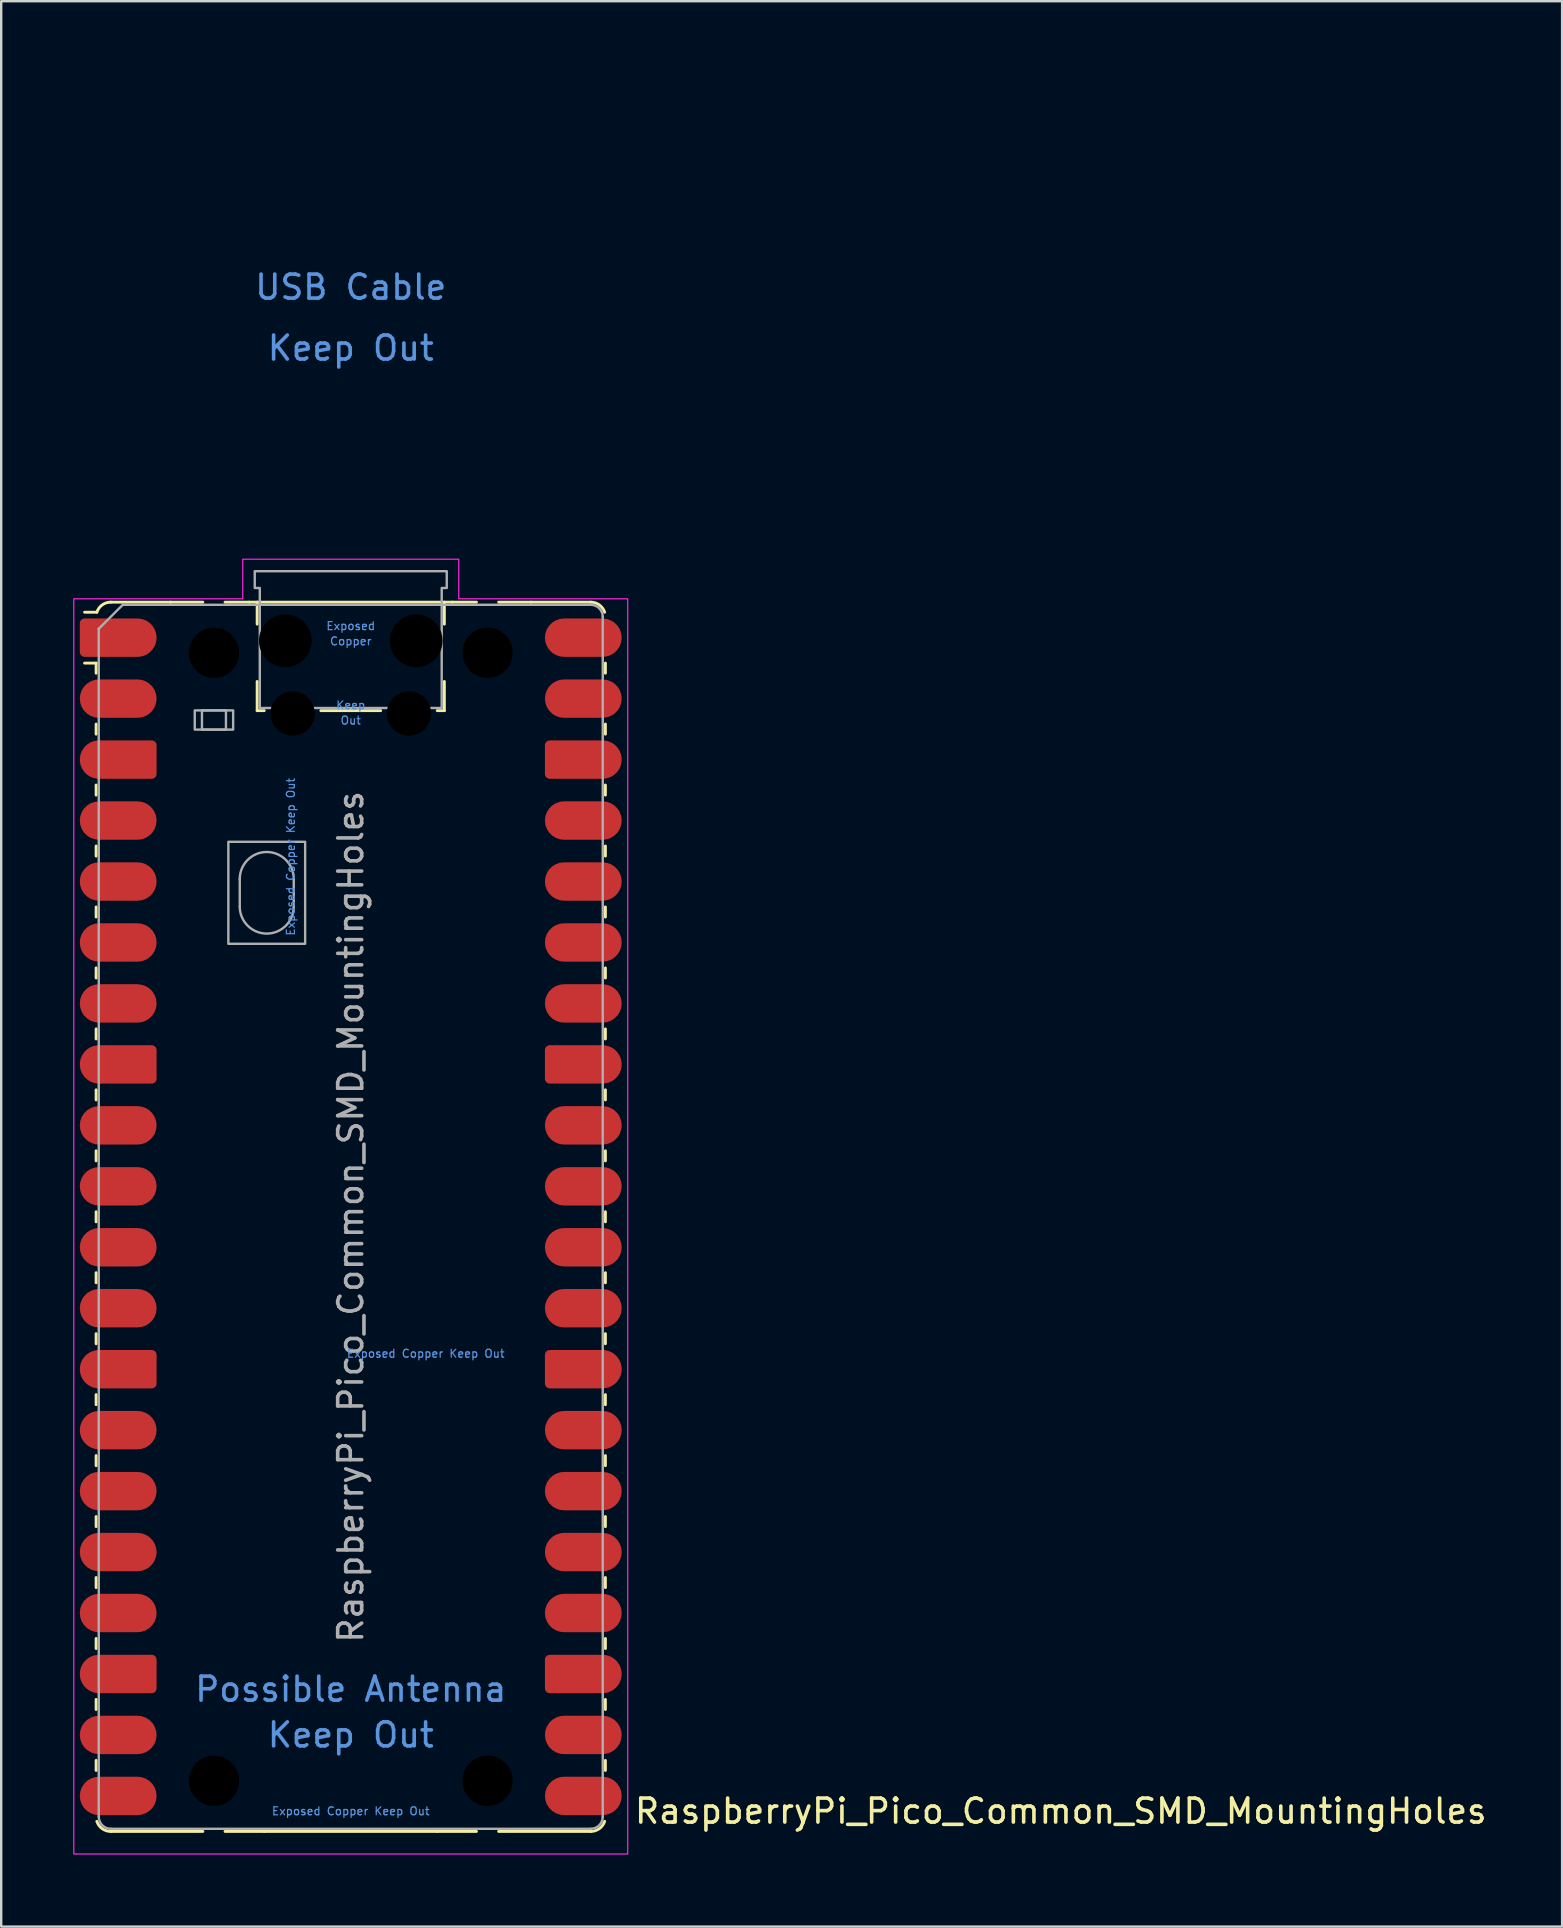
<source format=kicad_pcb>
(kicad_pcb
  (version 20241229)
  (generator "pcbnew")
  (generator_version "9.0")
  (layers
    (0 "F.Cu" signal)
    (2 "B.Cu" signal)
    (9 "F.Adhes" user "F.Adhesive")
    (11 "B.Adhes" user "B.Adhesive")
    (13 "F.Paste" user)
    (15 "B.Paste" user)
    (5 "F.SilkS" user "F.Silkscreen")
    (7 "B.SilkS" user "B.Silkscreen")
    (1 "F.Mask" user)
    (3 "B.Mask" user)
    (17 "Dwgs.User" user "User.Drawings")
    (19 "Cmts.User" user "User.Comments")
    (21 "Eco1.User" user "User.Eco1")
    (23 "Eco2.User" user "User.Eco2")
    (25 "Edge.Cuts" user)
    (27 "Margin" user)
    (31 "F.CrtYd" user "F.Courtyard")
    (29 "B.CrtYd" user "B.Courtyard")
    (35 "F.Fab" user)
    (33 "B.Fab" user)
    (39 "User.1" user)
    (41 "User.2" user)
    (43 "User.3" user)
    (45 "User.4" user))
  (footprint "RaspberryPi_Pico_Common_SMD_MountingHoles"
    (layer "F.Cu")
    (at 11.565 47.65)
    (property "Reference" "RaspberryPi_Pico_Common_SMD_MountingHoles" (at 11.748 24.765 0) (unlocked yes) (layer "F.SilkS") (effects (font (size 1 1) (thickness 0.15)) (justify left)))
    (attr smd)
    (fp_line (start -10.61 -23.07) (end -11.09 -23.07) (stroke (width 0.12) (type solid)) (layer "F.SilkS"))
    (fp_line (start -10.61 -23.07) (end -10.61 -22.65) (stroke (width 0.12) (type solid)) (layer "F.SilkS"))
    (fp_line (start -10.61 -20.53) (end -10.61 -20.11) (stroke (width 0.12) (type solid)) (layer "F.SilkS"))
    (fp_line (start -10.61 -17.99) (end -10.61 -17.57) (stroke (width 0.12) (type solid)) (layer "F.SilkS"))
    (fp_line (start -10.61 -15.45) (end -10.61 -15.03) (stroke (width 0.12) (type solid)) (layer "F.SilkS"))
    (fp_line (start -10.61 -12.91) (end -10.61 -12.49) (stroke (width 0.12) (type solid)) (layer "F.SilkS"))
    (fp_line (start -10.61 -10.37) (end -10.61 -9.95) (stroke (width 0.12) (type solid)) (layer "F.SilkS"))
    (fp_line (start -10.61 -7.83) (end -10.61 -7.41) (stroke (width 0.12) (type solid)) (layer "F.SilkS"))
    (fp_line (start -10.61 -5.29) (end -10.61 -4.87) (stroke (width 0.12) (type solid)) (layer "F.SilkS"))
    (fp_line (start -10.61 -2.75) (end -10.61 -2.33) (stroke (width 0.12) (type solid)) (layer "F.SilkS"))
    (fp_line (start -10.61 -0.21) (end -10.61 0.21) (stroke (width 0.12) (type solid)) (layer "F.SilkS"))
    (fp_line (start -10.61 2.33) (end -10.61 2.75) (stroke (width 0.12) (type solid)) (layer "F.SilkS"))
    (fp_line (start -10.61 4.87) (end -10.61 5.29) (stroke (width 0.12) (type solid)) (layer "F.SilkS"))
    (fp_line (start -10.61 7.41) (end -10.61 7.83) (stroke (width 0.12) (type solid)) (layer "F.SilkS"))
    (fp_line (start -10.61 9.95) (end -10.61 10.37) (stroke (width 0.12) (type solid)) (layer "F.SilkS"))
    (fp_line (start -10.61 12.49) (end -10.61 12.91) (stroke (width 0.12) (type solid)) (layer "F.SilkS"))
    (fp_line (start -10.61 15.03) (end -10.61 15.45) (stroke (width 0.12) (type solid)) (layer "F.SilkS"))
    (fp_line (start -10.61 17.57) (end -10.61 17.99) (stroke (width 0.12) (type solid)) (layer "F.SilkS"))
    (fp_line (start -10.61 20.11) (end -10.61 20.53) (stroke (width 0.12) (type solid)) (layer "F.SilkS"))
    (fp_line (start -10.61 22.65) (end -10.61 23.07) (stroke (width 0.12) (type solid)) (layer "F.SilkS"))
    (fp_line (start -10.58 -25.19) (end -11.09 -25.19) (stroke (width 0.12) (type solid)) (layer "F.SilkS"))
    (fp_line (start -10 -25.61) (end -7.51 -25.61) (stroke (width 0.12) (type solid)) (layer "F.SilkS"))
    (fp_line (start -10 25.61) (end -6.162 25.61) (stroke (width 0.12) (type solid)) (layer "F.SilkS"))
    (fp_line (start -7.51 -25.61) (end -6.162 -25.61) (stroke (width 0.12) (type solid)) (layer "F.SilkS"))
    (fp_line (start -5.238 -25.61) (end -4.235 -25.61) (stroke (width 0.12) (type solid)) (layer "F.SilkS"))
    (fp_line (start -4.235 -25.61) (end 4.235 -25.61) (stroke (width 0.12) (type solid)) (layer "F.SilkS"))
    (fp_line (start -3.9 -25.61) (end -3.9 -24.694) (stroke (width 0.12) (type solid)) (layer "F.SilkS"))
    (fp_line (start -3.9 -22.306) (end -3.9 -21.09) (stroke (width 0.12) (type solid)) (layer "F.SilkS"))
    (fp_line (start -3.9 -21.09) (end -3.604 -21.09) (stroke (width 0.12) (type solid)) (layer "F.SilkS"))
    (fp_line (start -3.6 25.61) (end -5.238 25.61) (stroke (width 0.12) (type solid)) (layer "F.SilkS"))
    (fp_line (start -1.246 -21.09) (end 1.246 -21.09) (stroke (width 0.12) (type solid)) (layer "F.SilkS"))
    (fp_line (start 3.6 25.61) (end -3.6 25.61) (stroke (width 0.12) (type solid)) (layer "F.SilkS"))
    (fp_line (start 3.604 -21.09) (end 3.9 -21.09) (stroke (width 0.12) (type solid)) (layer "F.SilkS"))
    (fp_line (start 3.9 -25.61) (end 3.9 -24.694) (stroke (width 0.12) (type solid)) (layer "F.SilkS"))
    (fp_line (start 3.9 -22.306) (end 3.9 -21.09) (stroke (width 0.12) (type solid)) (layer "F.SilkS"))
    (fp_line (start 4.235 -25.61) (end 5.238 -25.61) (stroke (width 0.12) (type solid)) (layer "F.SilkS"))
    (fp_line (start 5.238 25.61) (end 3.6 25.61) (stroke (width 0.12) (type solid)) (layer "F.SilkS"))
    (fp_line (start 6.162 -25.61) (end 7.51 -25.61) (stroke (width 0.12) (type solid)) (layer "F.SilkS"))
    (fp_line (start 6.162 25.61) (end 10 25.61) (stroke (width 0.12) (type solid)) (layer "F.SilkS"))
    (fp_line (start 10 -25.61) (end 7.51 -25.61) (stroke (width 0.12) (type solid)) (layer "F.SilkS"))
    (fp_line (start 10.61 -23.07) (end 10.61 -22.65) (stroke (width 0.12) (type solid)) (layer "F.SilkS"))
    (fp_line (start 10.61 -20.53) (end 10.61 -20.11) (stroke (width 0.12) (type solid)) (layer "F.SilkS"))
    (fp_line (start 10.61 -17.99) (end 10.61 -17.57) (stroke (width 0.12) (type solid)) (layer "F.SilkS"))
    (fp_line (start 10.61 -15.45) (end 10.61 -15.03) (stroke (width 0.12) (type solid)) (layer "F.SilkS"))
    (fp_line (start 10.61 -12.91) (end 10.61 -12.49) (stroke (width 0.12) (type solid)) (layer "F.SilkS"))
    (fp_line (start 10.61 -10.37) (end 10.61 -9.95) (stroke (width 0.12) (type solid)) (layer "F.SilkS"))
    (fp_line (start 10.61 -7.83) (end 10.61 -7.41) (stroke (width 0.12) (type solid)) (layer "F.SilkS"))
    (fp_line (start 10.61 -5.29) (end 10.61 -4.87) (stroke (width 0.12) (type solid)) (layer "F.SilkS"))
    (fp_line (start 10.61 -2.75) (end 10.61 -2.33) (stroke (width 0.12) (type solid)) (layer "F.SilkS"))
    (fp_line (start 10.61 -0.21) (end 10.61 0.21) (stroke (width 0.12) (type solid)) (layer "F.SilkS"))
    (fp_line (start 10.61 2.33) (end 10.61 2.75) (stroke (width 0.12) (type solid)) (layer "F.SilkS"))
    (fp_line (start 10.61 4.87) (end 10.61 5.29) (stroke (width 0.12) (type solid)) (layer "F.SilkS"))
    (fp_line (start 10.61 7.41) (end 10.61 7.83) (stroke (width 0.12) (type solid)) (layer "F.SilkS"))
    (fp_line (start 10.61 9.95) (end 10.61 10.37) (stroke (width 0.12) (type solid)) (layer "F.SilkS"))
    (fp_line (start 10.61 12.49) (end 10.61 12.91) (stroke (width 0.12) (type solid)) (layer "F.SilkS"))
    (fp_line (start 10.61 15.03) (end 10.61 15.45) (stroke (width 0.12) (type solid)) (layer "F.SilkS"))
    (fp_line (start 10.61 17.57) (end 10.61 17.99) (stroke (width 0.12) (type solid)) (layer "F.SilkS"))
    (fp_line (start 10.61 20.11) (end 10.61 20.53) (stroke (width 0.12) (type solid)) (layer "F.SilkS"))
    (fp_line (start 10.61 22.65) (end 10.61 23.07) (stroke (width 0.12) (type solid)) (layer "F.SilkS"))
    (fp_arc (start -10.579676 -25.19) (mid -10.357938 -25.493944) (end -10 -25.61) (stroke (width 0.12) (type solid)) (layer "F.SilkS"))
    (fp_arc (start -10 25.61) (mid -10.357937 25.493944) (end -10.579676 25.189937) (stroke (width 0.12) (type solid)) (layer "F.SilkS"))
    (fp_arc (start 10 -25.61) (mid 10.357937 -25.493944) (end 10.579676 -25.189937) (stroke (width 0.12) (type solid)) (layer "F.SilkS"))
    (fp_arc (start 10.579676 25.189937) (mid 10.357946 25.493957) (end 10 25.61) (stroke (width 0.12) (type solid)) (layer "F.SilkS"))
    (fp_poly (pts (xy -4.5 -27.4) (xy 4.5 -27.4) (xy 4.5 -25.75) (xy 11.54 -25.75) (xy 11.54 26.55) (xy -11.54 26.55) (xy -11.54 -25.75) (xy -4.5 -25.75)) (stroke (width 0.05) (type solid)) (fill no) (layer "F.CrtYd"))
    (fp_line (start -10.5 -24.5) (end -9.5 -25.5) (stroke (width 0.1) (type solid)) (layer "F.Fab"))
    (fp_line (start -10.5 25) (end -10.5 -24.5) (stroke (width 0.1) (type solid)) (layer "F.Fab"))
    (fp_line (start -9.5 -25.5) (end 10 -25.5) (stroke (width 0.1) (type solid)) (layer "F.Fab"))
    (fp_line (start -4.625 -14.075) (end -4.625 -12.925) (stroke (width 0.1) (type solid)) (layer "F.Fab"))
    (fp_line (start -2.375 -14.075) (end -2.375 -12.925) (stroke (width 0.1) (type solid)) (layer "F.Fab"))
    (fp_line (start 10 25.5) (end -10 25.5) (stroke (width 0.1) (type solid)) (layer "F.Fab"))
    (fp_line (start 10.5 -25) (end 10.5 25) (stroke (width 0.1) (type solid)) (layer "F.Fab"))
    (fp_rect (start -6.5 -21.1) (end -4.9 -20.3) (stroke (width 0.1) (type solid)) (fill no) (layer "F.Fab"))
    (fp_rect (start -6.2 -21.1) (end -5.2 -20.3) (stroke (width 0.1) (type solid)) (fill no) (layer "F.Fab"))
    (fp_rect (start -5.1 -15.625) (end -1.9 -11.375) (stroke (width 0.1) (type solid)) (fill no) (layer "F.Fab"))
    (fp_arc (start -10 25.5) (mid -10.353553 25.353553) (end -10.5 25) (stroke (width 0.1) (type solid)) (layer "F.Fab"))
    (fp_arc (start -4.625 -14.075) (mid -3.5 -15.2) (end -2.375 -14.075) (stroke (width 0.1) (type solid)) (layer "F.Fab"))
    (fp_arc (start -2.375 -12.925) (mid -3.5 -11.8) (end -4.625 -12.925) (stroke (width 0.1) (type solid)) (layer "F.Fab"))
    (fp_arc (start 10 -25.5) (mid 10.353553 -25.353553) (end 10.5 -25) (stroke (width 0.1) (type solid)) (layer "F.Fab"))
    (fp_arc (start 10.5 25) (mid 10.353553 25.353553) (end 10 25.5) (stroke (width 0.1) (type solid)) (layer "F.Fab"))
    (fp_poly (pts (xy 3.79 -21.2) (xy 3.79 -26.2) (xy 4 -26.2) (xy 4 -26.9) (xy -4 -26.9) (xy -4 -26.2) (xy -3.79 -26.2) (xy -3.79 -21.2)) (stroke (width 0.1) (type solid)) (fill no) (layer "F.Fab"))
    (fp_text user "Exposed Copper Keep Out" (at 0 24.765 0) (unlocked yes) (layer "Cmts.User") (effects (font (size 0.333 0.333) (thickness 0.05))))
    (fp_text user "Possible Antenna" (at 0 19.685 0) (unlocked yes) (layer "Cmts.User") (effects (font (size 1 1) (thickness 0.15))))
    (fp_text user "Keep Out" (at 0 21.59 0) (unlocked yes) (layer "Cmts.User") (effects (font (size 1 1) (thickness 0.15))))
    (fp_text user "USB Cable" (at 0 -38.735 0) (unlocked yes) (layer "Cmts.User") (effects (font (size 1 1) (thickness 0.15))))
    (fp_text user "Keep" (at 0 -21.317 0) (unlocked yes) (layer "Cmts.User") (effects (font (size 0.333 0.333) (thickness 0.05))))
    (fp_text user "Exposed Copper Keep Out" (at -2.5 -15 90) (unlocked yes) (layer "Cmts.User") (effects (font (size 0.333 0.333) (thickness 0.05))))
    (fp_text user "Keep Out" (at 0 -36.195 0) (unlocked yes) (layer "Cmts.User") (effects (font (size 1 1) (thickness 0.15))))
    (fp_text user "Copper" (at 0 -23.983 0) (unlocked yes) (layer "Cmts.User") (effects (font (size 0.333 0.333) (thickness 0.05))))
    (fp_text user "Exposed" (at 0 -24.617 0) (unlocked yes) (layer "Cmts.User") (effects (font (size 0.333 0.333) (thickness 0.05))))
    (fp_text user "Out" (at 0 -20.683 0) (unlocked yes) (layer "Cmts.User") (effects (font (size 0.333 0.333) (thickness 0.05))))
    (fp_text user "Exposed Copper Keep Out" (at 3.124 5.7 0) (unlocked yes) (layer "Cmts.User") (effects (font (size 0.333 0.333) (thickness 0.05))))
    (fp_text user "${REFERENCE}" (at 0 0 90) (layer "F.Fab") (effects (font (size 1 1) (thickness 0.15))))
    (pad "" np_thru_hole circle (at -5.7 -23.5) (size 3.8 3.8) (drill 2.1) (layers "*.Mask"))
    (pad "" np_thru_hole circle (at -5.7 23.5) (size 3.8 3.8) (drill 2.1) (layers "*.Mask"))
    (pad "" np_thru_hole circle (at -2.725 -24) (size 2.2 2.2) (drill 2.2) (layers "*.Mask"))
    (pad "" np_thru_hole circle (at -2.425 -20.97) (size 1.85 1.85) (drill 1.85) (layers "*.Mask"))
    (pad "" np_thru_hole circle (at 2.425 -20.97) (size 1.85 1.85) (drill 1.85) (layers "*.Mask"))
    (pad "" np_thru_hole circle (at 2.725 -24) (size 2.2 2.2) (drill 2.2) (layers "*.Mask"))
    (pad "" np_thru_hole circle (at 5.7 -23.5) (size 3.8 3.8) (drill 2.1) (layers "*.Mask"))
    (pad "" np_thru_hole circle (at 5.7 23.5) (size 3.8 3.8) (drill 2.1) (layers "*.Mask"))
    (pad "1" smd custom (at -8.89 -24.13) (size 1.6 1.6) (layers "F.Cu" "F.Mask" "F.Paste") (options (anchor circle)) (primitives (gr_poly (pts (xy -2.4 0.6) (xy -2.4 -0.6) (xy -2.2 -0.8) (xy 0 -0.8) (xy 0 0.8) (xy -2.2 0.8)) (width 0) (fill yes)) (gr_circle (center -2.2 0.6) (end -2 0.6) (width 0) (fill yes)) (gr_circle (center -2.2 -0.6) (end -2 -0.6) (width 0) (fill yes))))
    (pad "2" smd roundrect (at -8.89 -21.59) (size 3.2 1.6) (drill (offset -0.8 0)) (layers "F.Cu" "F.Mask" "F.Paste") (roundrect_rratio 0.5))
    (pad "3" smd custom (at -8.89 -19.05) (size 1.6 1.6) (layers "F.Cu" "F.Mask" "F.Paste") (options (anchor circle)) (primitives (gr_poly (pts (xy 0.8 -0.6) (xy 0.8 0.6) (xy 0.6 0.8) (xy -1.6 0.8) (xy -1.6 -0.8) (xy 0.6 -0.8)) (width 0) (fill yes)) (gr_circle (center 0.6 0.6) (end 0.8 0.6) (width 0) (fill yes)) (gr_circle (center 0.6 -0.6) (end 0.8 -0.6) (width 0) (fill yes)) (gr_circle (center -1.6 0) (end -0.8 0) (width 0) (fill yes))))
    (pad "4" smd roundrect (at -8.89 -16.51) (size 3.2 1.6) (drill (offset -0.8 0)) (layers "F.Cu" "F.Mask" "F.Paste") (roundrect_rratio 0.5))
    (pad "5" smd roundrect (at -8.89 -13.97) (size 3.2 1.6) (drill (offset -0.8 0)) (layers "F.Cu" "F.Mask" "F.Paste") (roundrect_rratio 0.5))
    (pad "6" smd roundrect (at -8.89 -11.43) (size 3.2 1.6) (drill (offset -0.8 0)) (layers "F.Cu" "F.Mask" "F.Paste") (roundrect_rratio 0.5))
    (pad "7" smd roundrect (at -8.89 -8.89) (size 3.2 1.6) (drill (offset -0.8 0)) (layers "F.Cu" "F.Mask" "F.Paste") (roundrect_rratio 0.5))
    (pad "8" smd custom (at -8.89 -6.35) (size 1.6 1.6) (layers "F.Cu" "F.Mask" "F.Paste") (options (anchor circle)) (primitives (gr_poly (pts (xy 0.8 -0.6) (xy 0.8 0.6) (xy 0.6 0.8) (xy -1.6 0.8) (xy -1.6 -0.8) (xy 0.6 -0.8)) (width 0) (fill yes)) (gr_circle (center 0.6 0.6) (end 0.8 0.6) (width 0) (fill yes)) (gr_circle (center 0.6 -0.6) (end 0.8 -0.6) (width 0) (fill yes)) (gr_circle (center -1.6 0) (end -0.8 0) (width 0) (fill yes))))
    (pad "9" smd roundrect (at -8.89 -3.81) (size 3.2 1.6) (drill (offset -0.8 0)) (layers "F.Cu" "F.Mask" "F.Paste") (roundrect_rratio 0.5))
    (pad "10" smd roundrect (at -8.89 -1.27) (size 3.2 1.6) (drill (offset -0.8 0)) (layers "F.Cu" "F.Mask" "F.Paste") (roundrect_rratio 0.5))
    (pad "11" smd roundrect (at -8.89 1.27) (size 3.2 1.6) (drill (offset -0.8 0)) (layers "F.Cu" "F.Mask" "F.Paste") (roundrect_rratio 0.5))
    (pad "12" smd roundrect (at -8.89 3.81) (size 3.2 1.6) (drill (offset -0.8 0)) (layers "F.Cu" "F.Mask" "F.Paste") (roundrect_rratio 0.5))
    (pad "13" smd custom (at -8.89 6.35) (size 1.6 1.6) (layers "F.Cu" "F.Mask" "F.Paste") (options (anchor circle)) (primitives (gr_poly (pts (xy 0.8 -0.6) (xy 0.8 0.6) (xy 0.6 0.8) (xy -1.6 0.8) (xy -1.6 -0.8) (xy 0.6 -0.8)) (width 0) (fill yes)) (gr_circle (center 0.6 0.6) (end 0.8 0.6) (width 0) (fill yes)) (gr_circle (center 0.6 -0.6) (end 0.8 -0.6) (width 0) (fill yes)) (gr_circle (center -1.6 0) (end -0.8 0) (width 0) (fill yes))))
    (pad "14" smd roundrect (at -8.89 8.89) (size 3.2 1.6) (drill (offset -0.8 0)) (layers "F.Cu" "F.Mask" "F.Paste") (roundrect_rratio 0.5))
    (pad "15" smd roundrect (at -8.89 11.43) (size 3.2 1.6) (drill (offset -0.8 0)) (layers "F.Cu" "F.Mask" "F.Paste") (roundrect_rratio 0.5))
    (pad "16" smd roundrect (at -8.89 13.97) (size 3.2 1.6) (drill (offset -0.8 0)) (layers "F.Cu" "F.Mask" "F.Paste") (roundrect_rratio 0.5))
    (pad "17" smd roundrect (at -8.89 16.51) (size 3.2 1.6) (drill (offset -0.8 0)) (layers "F.Cu" "F.Mask" "F.Paste") (roundrect_rratio 0.5))
    (pad "18" smd custom (at -8.89 19.05) (size 1.6 1.6) (layers "F.Cu" "F.Mask" "F.Paste") (options (anchor circle)) (primitives (gr_poly (pts (xy 0.8 -0.6) (xy 0.8 0.6) (xy 0.6 0.8) (xy -1.6 0.8) (xy -1.6 -0.8) (xy 0.6 -0.8)) (width 0) (fill yes)) (gr_circle (center 0.6 0.6) (end 0.8 0.6) (width 0) (fill yes)) (gr_circle (center 0.6 -0.6) (end 0.8 -0.6) (width 0) (fill yes)) (gr_circle (center -1.6 0) (end -0.8 0) (width 0) (fill yes))))
    (pad "19" smd roundrect (at -8.89 21.59) (size 3.2 1.6) (drill (offset -0.8 0)) (layers "F.Cu" "F.Mask" "F.Paste") (roundrect_rratio 0.5))
    (pad "20" smd roundrect (at -8.89 24.13) (size 3.2 1.6) (drill (offset -0.8 0)) (layers "F.Cu" "F.Mask" "F.Paste") (roundrect_rratio 0.5))
    (pad "21" smd roundrect (at 8.89 24.13) (size 3.2 1.6) (drill (offset 0.8 0)) (layers "F.Cu" "F.Mask" "F.Paste") (roundrect_rratio 0.5))
    (pad "22" smd roundrect (at 8.89 21.59) (size 3.2 1.6) (drill (offset 0.8 0)) (layers "F.Cu" "F.Mask" "F.Paste") (roundrect_rratio 0.5))
    (pad "23" smd custom (at 8.89 19.05) (size 1.6 1.6) (layers "F.Cu" "F.Mask" "F.Paste") (options (anchor circle)) (primitives (gr_poly (pts (xy -0.8 -0.6) (xy -0.8 0.6) (xy -0.6 0.8) (xy 1.6 0.8) (xy 1.6 -0.8) (xy -0.6 -0.8)) (width 0) (fill yes)) (gr_circle (center -0.6 0.6) (end -0.4 0.6) (width 0) (fill yes)) (gr_circle (center -0.6 -0.6) (end -0.4 -0.6) (width 0) (fill yes)) (gr_circle (center 1.6 0) (end 2.4 0) (width 0) (fill yes))))
    (pad "24" smd roundrect (at 8.89 16.51) (size 3.2 1.6) (drill (offset 0.8 0)) (layers "F.Cu" "F.Mask" "F.Paste") (roundrect_rratio 0.5))
    (pad "25" smd roundrect (at 8.89 13.97) (size 3.2 1.6) (drill (offset 0.8 0)) (layers "F.Cu" "F.Mask" "F.Paste") (roundrect_rratio 0.5))
    (pad "26" smd roundrect (at 8.89 11.43) (size 3.2 1.6) (drill (offset 0.8 0)) (layers "F.Cu" "F.Mask" "F.Paste") (roundrect_rratio 0.5))
    (pad "27" smd roundrect (at 8.89 8.89) (size 3.2 1.6) (drill (offset 0.8 0)) (layers "F.Cu" "F.Mask" "F.Paste") (roundrect_rratio 0.5))
    (pad "28" smd custom (at 8.89 6.35) (size 1.6 1.6) (layers "F.Cu" "F.Mask" "F.Paste") (options (anchor circle)) (primitives (gr_poly (pts (xy -0.8 -0.6) (xy -0.8 0.6) (xy -0.6 0.8) (xy 1.6 0.8) (xy 1.6 -0.8) (xy -0.6 -0.8)) (width 0) (fill yes)) (gr_circle (center -0.6 0.6) (end -0.4 0.6) (width 0) (fill yes)) (gr_circle (center -0.6 -0.6) (end -0.4 -0.6) (width 0) (fill yes)) (gr_circle (center 1.6 0) (end 2.4 0) (width 0) (fill yes))))
    (pad "29" smd roundrect (at 8.89 3.81) (size 3.2 1.6) (drill (offset 0.8 0)) (layers "F.Cu" "F.Mask" "F.Paste") (roundrect_rratio 0.5))
    (pad "30" smd roundrect (at 8.89 1.27) (size 3.2 1.6) (drill (offset 0.8 0)) (layers "F.Cu" "F.Mask" "F.Paste") (roundrect_rratio 0.5))
    (pad "31" smd roundrect (at 8.89 -1.27) (size 3.2 1.6) (drill (offset 0.8 0)) (layers "F.Cu" "F.Mask" "F.Paste") (roundrect_rratio 0.5))
    (pad "32" smd roundrect (at 8.89 -3.81) (size 3.2 1.6) (drill (offset 0.8 0)) (layers "F.Cu" "F.Mask" "F.Paste") (roundrect_rratio 0.5))
    (pad "33" smd custom (at 8.89 -6.35) (size 1.6 1.6) (layers "F.Cu" "F.Mask" "F.Paste") (options (anchor circle)) (primitives (gr_poly (pts (xy -0.8 -0.6) (xy -0.8 0.6) (xy -0.6 0.8) (xy 1.6 0.8) (xy 1.6 -0.8) (xy -0.6 -0.8)) (width 0) (fill yes)) (gr_circle (center -0.6 0.6) (end -0.4 0.6) (width 0) (fill yes)) (gr_circle (center -0.6 -0.6) (end -0.4 -0.6) (width 0) (fill yes)) (gr_circle (center 1.6 0) (end 2.4 0) (width 0) (fill yes))))
    (pad "34" smd roundrect (at 8.89 -8.89) (size 3.2 1.6) (drill (offset 0.8 0)) (layers "F.Cu" "F.Mask" "F.Paste") (roundrect_rratio 0.5))
    (pad "35" smd roundrect (at 8.89 -11.43) (size 3.2 1.6) (drill (offset 0.8 0)) (layers "F.Cu" "F.Mask" "F.Paste") (roundrect_rratio 0.5))
    (pad "36" smd roundrect (at 8.89 -13.97) (size 3.2 1.6) (drill (offset 0.8 0)) (layers "F.Cu" "F.Mask" "F.Paste") (roundrect_rratio 0.5))
    (pad "37" smd roundrect (at 8.89 -16.51) (size 3.2 1.6) (drill (offset 0.8 0)) (layers "F.Cu" "F.Mask" "F.Paste") (roundrect_rratio 0.5))
    (pad "38" smd custom (at 8.89 -19.05) (size 1.6 1.6) (layers "F.Cu" "F.Mask" "F.Paste") (options (anchor circle)) (primitives (gr_poly (pts (xy -0.8 -0.6) (xy -0.8 0.6) (xy -0.6 0.8) (xy 1.6 0.8) (xy 1.6 -0.8) (xy -0.6 -0.8)) (width 0) (fill yes)) (gr_circle (center -0.6 0.6) (end -0.4 0.6) (width 0) (fill yes)) (gr_circle (center -0.6 -0.6) (end -0.4 -0.6) (width 0) (fill yes)) (gr_circle (center 1.6 0) (end 2.4 0) (width 0) (fill yes))))
    (pad "39" smd roundrect (at 8.89 -21.59) (size 3.2 1.6) (drill (offset 0.8 0)) (layers "F.Cu" "F.Mask" "F.Paste") (roundrect_rratio 0.5))
    (pad "40" smd roundrect (at 8.89 -24.13) (size 3.2 1.6) (drill (offset 0.8 0)) (layers "F.Cu" "F.Mask" "F.Paste") (roundrect_rratio 0.5))
    (zone (net_name "") (layers "F.Cu" "B.Cu" "F.Paste" "B.Paste") (name "Antenna Copper Keep Out") (hatch full 0.5) (connect_pads) (min_thickness 0.254) (filled_areas_thickness no) (keepout (tracks not_allowed) (vias not_allowed) (pads not_allowed) (copperpour not_allowed) (footprints allowed)) (placement (enabled no)) (fill) (polygon (pts (xy 9.165 72.64) (xy 4.465 68.99) (xy 4.465 64.65) (xy 18.665 64.65) (xy 18.665 68.99) (xy 13.965 72.64) (xy 13.965 73.65) (xy 9.165 73.65))))
    (zone (net_name "") (layers "F.Cu" "F.Paste") (name "Pad Keep Out D1-W") (hatch full 0.5) (connect_pads) (min_thickness 0.25) (filled_areas_thickness no) (keepout (tracks not_allowed) (vias not_allowed) (pads not_allowed) (copperpour not_allowed) (footprints allowed)) (placement (enabled no)) (fill) (polygon (pts (xy 11.194 52.45) (xy 11.249 52.395) (xy 11.322 52.365) (xy 11.362 52.363) (xy 12.149 52.363) (xy 12.149 54.337) (xy 11.362 54.337) (xy 11.322 54.335) (xy 11.249 54.305) (xy 11.194 54.25) (xy 11.164 54.177) (xy 11.162 54.137) (xy 11.162 52.563) (xy 11.164 52.523))))
    (zone (net_name "") (layers "F.Cu" "F.Paste") (name "Pad Keep Out D1-W") (hatch full 0.5) (connect_pads) (min_thickness 0.25) (filled_areas_thickness no) (keepout (tracks not_allowed) (vias not_allowed) (pads not_allowed) (copperpour not_allowed) (footprints allowed)) (placement (enabled no)) (fill) (polygon (pts (xy 12.937 54.337) (xy 12.149 54.337) (xy 12.149 52.363) (xy 12.937 52.363) (xy 12.976 52.365) (xy 13.049 52.395) (xy 13.104 52.45) (xy 13.135 52.523) (xy 13.136 52.563) (xy 13.136 54.137) (xy 13.135 54.177) (xy 13.104 54.25) (xy 13.049 54.305) (xy 12.976 54.335))))
    (zone (net_name "") (layers "F.Cu" "F.Paste") (name "Pad Keep Out TP4") (hatch full 0.5) (connect_pads) (min_thickness 0.25) (filled_areas_thickness no) (keepout (tracks not_allowed) (vias not_allowed) (pads not_allowed) (copperpour not_allowed) (footprints allowed)) (placement (enabled no)) (fill) (polygon (pts (xy 8.549 31.098) (xy 8.423 31.064) (xy 8.309 30.998) (xy 8.217 30.906) (xy 8.151 30.792) (xy 8.117 30.666) (xy 8.115 30.6) (xy 8.115 30.15) (xy 10.015 30.15) (xy 10.015 30.6) (xy 10.013 30.666) (xy 9.979 30.792) (xy 9.913 30.906) (xy 9.821 30.998) (xy 9.707 31.064) (xy 9.581 31.098) (xy 9.515 31.1) (xy 8.615 31.1))))
    (zone (net_name "") (layers "F.Cu" "F.Paste") (name "Pad Keep Out TP5") (hatch full 0.5) (connect_pads) (min_thickness 0.25) (filled_areas_thickness no) (keepout (tracks not_allowed) (vias not_allowed) (pads not_allowed) (copperpour not_allowed) (footprints allowed)) (placement (enabled no)) (fill) (polygon (pts (xy 8.549 33.598) (xy 8.423 33.564) (xy 8.309 33.498) (xy 8.217 33.406) (xy 8.151 33.292) (xy 8.117 33.166) (xy 8.115 33.1) (xy 8.115 32.65) (xy 10.015 32.65) (xy 10.015 33.1) (xy 10.013 33.166) (xy 9.979 33.292) (xy 9.913 33.406) (xy 9.821 33.498) (xy 9.707 33.564) (xy 9.581 33.598) (xy 9.515 33.6) (xy 8.615 33.6))))
    (zone (net_name "") (layers "F.Cu" "F.Paste") (name "Pad Keep Out TP6") (hatch full 0.5) (connect_pads) (min_thickness 0.25) (filled_areas_thickness no) (keepout (tracks not_allowed) (vias not_allowed) (pads not_allowed) (copperpour not_allowed) (footprints allowed)) (placement (enabled no)) (fill) (polygon (pts (xy 8.549 36.098) (xy 8.423 36.064) (xy 8.309 35.998) (xy 8.217 35.906) (xy 8.151 35.792) (xy 8.117 35.666) (xy 8.115 35.6) (xy 8.115 35.15) (xy 10.015 35.15) (xy 10.015 35.6) (xy 10.013 35.666) (xy 9.979 35.792) (xy 9.913 35.906) (xy 9.821 35.998) (xy 9.707 36.064) (xy 9.581 36.098) (xy 9.515 36.1) (xy 8.615 36.1))))
    (zone (net_name "") (layers "F.Cu" "F.Paste") (name "Pad Keep Out TP3") (hatch full 0.5) (connect_pads) (min_thickness 0.25) (filled_areas_thickness no) (keepout (tracks not_allowed) (vias not_allowed) (pads not_allowed) (copperpour not_allowed) (footprints allowed)) (placement (enabled no)) (fill) (polygon (pts (xy 9.617 22.834) (xy 9.651 22.708) (xy 9.717 22.594) (xy 9.809 22.502) (xy 9.923 22.436) (xy 10.049 22.402) (xy 10.115 22.4) (xy 10.565 22.4) (xy 10.565 24.3) (xy 10.115 24.3) (xy 10.049 24.298) (xy 9.923 24.264) (xy 9.809 24.198) (xy 9.717 24.106) (xy 9.651 23.992) (xy 9.617 23.866) (xy 9.615 23.8) (xy 9.615 22.9))))
    (zone (net_name "") (layers "F.Cu" "F.Paste") (name "Pad Keep Out TP4") (hatch full 0.5) (connect_pads) (min_thickness 0.25) (filled_areas_thickness no) (keepout (tracks not_allowed) (vias not_allowed) (pads not_allowed) (copperpour not_allowed) (footprints allowed)) (placement (enabled no)) (fill) (polygon (pts (xy 10.015 30.15) (xy 10.015 29.7) (xy 10.013 29.634) (xy 9.979 29.508) (xy 9.913 29.394) (xy 9.821 29.302) (xy 9.707 29.236) (xy 9.581 29.202) (xy 9.515 29.2) (xy 8.615 29.2) (xy 8.549 29.202) (xy 8.423 29.236) (xy 8.309 29.302) (xy 8.217 29.394) (xy 8.151 29.508) (xy 8.117 29.634) (xy 8.115 29.7) (xy 8.115 30.15))))
    (zone (net_name "") (layers "F.Cu" "F.Paste") (name "Pad Keep Out TP5") (hatch full 0.5) (connect_pads) (min_thickness 0.25) (filled_areas_thickness no) (keepout (tracks not_allowed) (vias not_allowed) (pads not_allowed) (copperpour not_allowed) (footprints allowed)) (placement (enabled no)) (fill) (polygon (pts (xy 10.015 32.65) (xy 10.015 32.2) (xy 10.013 32.134) (xy 9.979 32.008) (xy 9.913 31.894) (xy 9.821 31.802) (xy 9.707 31.736) (xy 9.581 31.702) (xy 9.515 31.7) (xy 8.615 31.7) (xy 8.549 31.702) (xy 8.423 31.736) (xy 8.309 31.802) (xy 8.217 31.894) (xy 8.151 32.008) (xy 8.117 32.134) (xy 8.115 32.2) (xy 8.115 32.65))))
    (zone (net_name "") (layers "F.Cu" "F.Paste") (name "Pad Keep Out TP6") (hatch full 0.5) (connect_pads) (min_thickness 0.25) (filled_areas_thickness no) (keepout (tracks not_allowed) (vias not_allowed) (pads not_allowed) (copperpour not_allowed) (footprints allowed)) (placement (enabled no)) (fill) (polygon (pts (xy 10.015 35.15) (xy 10.015 34.7) (xy 10.013 34.634) (xy 9.979 34.508) (xy 9.913 34.394) (xy 9.821 34.302) (xy 9.707 34.236) (xy 9.581 34.202) (xy 9.515 34.2) (xy 8.615 34.2) (xy 8.549 34.202) (xy 8.423 34.236) (xy 8.309 34.302) (xy 8.217 34.394) (xy 8.151 34.508) (xy 8.117 34.634) (xy 8.115 34.7) (xy 8.115 35.15))))
    (zone (net_name "") (layers "F.Cu" "F.Paste") (name "Pad Keep Out TP3") (hatch full 0.5) (connect_pads) (min_thickness 0.25) (filled_areas_thickness no) (keepout (tracks not_allowed) (vias not_allowed) (pads not_allowed) (copperpour not_allowed) (footprints allowed)) (placement (enabled no)) (fill) (polygon (pts (xy 10.565 24.3) (xy 11.015 24.3) (xy 11.081 24.298) (xy 11.207 24.264) (xy 11.321 24.198) (xy 11.413 24.106) (xy 11.479 23.992) (xy 11.513 23.866) (xy 11.515 23.8) (xy 11.515 22.9) (xy 11.513 22.834) (xy 11.479 22.708) (xy 11.413 22.594) (xy 11.321 22.502) (xy 11.207 22.436) (xy 11.081 22.402) (xy 11.015 22.4) (xy 10.565 22.4))))
    (zone (net_name "") (layers "F.Cu" "F.Paste") (name "Pad Keep Out TP1") (hatch full 0.5) (connect_pads) (min_thickness 0.25) (filled_areas_thickness no) (keepout (tracks not_allowed) (vias not_allowed) (pads not_allowed) (copperpour not_allowed) (footprints allowed)) (placement (enabled no)) (fill) (polygon (pts (xy 10.617 26.134) (xy 10.651 26.008) (xy 10.717 25.894) (xy 10.809 25.802) (xy 10.923 25.736) (xy 11.049 25.702) (xy 11.115 25.7) (xy 11.565 25.7) (xy 11.565 27.6) (xy 11.115 27.6) (xy 11.049 27.598) (xy 10.923 27.564) (xy 10.809 27.498) (xy 10.717 27.406) (xy 10.651 27.292) (xy 10.617 27.166) (xy 10.615 27.1) (xy 10.615 26.2))))
    (zone (net_name "") (layers "F.Cu" "F.Paste") (name "Pad Keep Out TP1") (hatch full 0.5) (connect_pads) (min_thickness 0.25) (filled_areas_thickness no) (keepout (tracks not_allowed) (vias not_allowed) (pads not_allowed) (copperpour not_allowed) (footprints allowed)) (placement (enabled no)) (fill) (polygon (pts (xy 11.565 27.6) (xy 12.015 27.6) (xy 12.081 27.598) (xy 12.207 27.564) (xy 12.321 27.498) (xy 12.413 27.406) (xy 12.479 27.292) (xy 12.513 27.166) (xy 12.515 27.1) (xy 12.515 26.2) (xy 12.513 26.134) (xy 12.479 26.008) (xy 12.413 25.894) (xy 12.321 25.802) (xy 12.207 25.736) (xy 12.081 25.702) (xy 12.015 25.7) (xy 11.565 25.7))))
    (zone (net_name "") (layers "F.Cu" "F.Paste") (name "Pad Keep Out TP2") (hatch full 0.5) (connect_pads) (min_thickness 0.25) (filled_areas_thickness no) (keepout (tracks not_allowed) (vias not_allowed) (pads not_allowed) (copperpour not_allowed) (footprints allowed)) (placement (enabled no)) (fill) (polygon (pts (xy 11.617 22.849) (xy 11.651 22.723) (xy 11.717 22.609) (xy 11.809 22.517) (xy 11.923 22.451) (xy 12.049 22.417) (xy 12.115 22.415) (xy 12.565 22.415) (xy 12.565 24.315) (xy 12.115 24.315) (xy 12.049 24.313) (xy 11.923 24.279) (xy 11.809 24.213) (xy 11.717 24.121) (xy 11.651 24.007) (xy 11.617 23.881) (xy 11.615 23.815) (xy 11.615 22.915))))
    (zone (net_name "") (layers "F.Cu" "F.Paste") (name "Pad Keep Out TP2") (hatch full 0.5) (connect_pads) (min_thickness 0.25) (filled_areas_thickness no) (keepout (tracks not_allowed) (vias not_allowed) (pads not_allowed) (copperpour not_allowed) (footprints allowed)) (placement (enabled no)) (fill) (polygon (pts (xy 12.565 24.315) (xy 13.015 24.315) (xy 13.081 24.313) (xy 13.207 24.279) (xy 13.321 24.213) (xy 13.413 24.121) (xy 13.479 24.007) (xy 13.513 23.881) (xy 13.515 23.815) (xy 13.515 22.915) (xy 13.513 22.849) (xy 13.479 22.723) (xy 13.413 22.609) (xy 13.321 22.517) (xy 13.207 22.451) (xy 13.081 22.417) (xy 13.015 22.415) (xy 12.565 22.415))))
    (zone (net_name "") (layers "F.Cu" "F.Paste") (name "Pad Keep Out D2") (hatch full 0.5) (connect_pads) (min_thickness 0.25) (filled_areas_thickness no) (keepout (tracks not_allowed) (vias not_allowed) (pads not_allowed) (copperpour not_allowed) (footprints allowed)) (placement (enabled no)) (fill) (polygon (pts (xy 10.965 70.55) (xy 11.565 70.55) (arc (start 11.565 74.15) (mid 10.857893 73.857107) (end 10.565 73.15)) (xy 10.565 70.95) (xy 10.567 70.887) (xy 10.606 70.767) (xy 10.68 70.665) (xy 10.782 70.591) (xy 10.902 70.552))))
    (zone (net_name "") (layers "F.Cu" "F.Paste") (name "Pad Keep Out D2") (hatch full 0.5) (connect_pads) (min_thickness 0.25) (filled_areas_thickness no) (keepout (tracks not_allowed) (vias not_allowed) (pads not_allowed) (copperpour not_allowed) (footprints allowed)) (placement (enabled no)) (fill) (polygon (pts (xy 12.165 70.55) (xy 12.228 70.552) (xy 12.348 70.591) (xy 12.45 70.665) (xy 12.524 70.767) (xy 12.563 70.887) (xy 12.565 70.95) (arc (start 12.565 73.15) (mid 12.272107 73.857107) (end 11.565 74.15)) (xy 11.565 70.55))))
    (zone (net_name "") (layers "F.Cu" "F.Paste") (name "Pad Keep Out D2-W") (hatch full 0.508) (connect_pads) (min_thickness 0.254) (filled_areas_thickness no) (keepout (tracks not_allowed) (vias not_allowed) (pads not_allowed) (copperpour not_allowed) (footprints allowed)) (placement (enabled no)) (fill) (polygon (pts (xy 15.681 53.35) (xy 15.662 53.157) (xy 15.606 52.972) (xy 15.516 52.801) (xy 15.393 52.651) (xy 15.244 52.527) (xy 15.074 52.435) (xy 14.889 52.378) (xy 14.696 52.358) (xy 14.503 52.375) (xy 14.317 52.43) (xy 14.146 52.52) (xy 13.995 52.641) (xy 13.87 52.789) (xy 13.777 52.959) (xy 13.719 53.144) (xy 13.697 53.336) (xy 13.713 53.529) (xy 13.767 53.715) (xy 13.855 53.887) (xy 13.975 54.039) (xy 14.123 54.165) (xy 14.292 54.259) (xy 14.476 54.319) (xy 14.668 54.342) (xy 14.861 54.327) (xy 15.048 54.275) (xy 15.221 54.188) (xy 15.373 54.069) (xy 15.5 53.922) (xy 15.595 53.754) (xy 15.657 53.57) (xy 15.681 53.378))))
    (zone (net_name "") (layers "F.Cu" "F.Paste") (name "Pad Keep Out D3-W") (hatch full 0.508) (connect_pads) (min_thickness 0.254) (filled_areas_thickness no) (keepout (tracks not_allowed) (vias not_allowed) (pads not_allowed) (copperpour not_allowed) (footprints allowed)) (placement (enabled no)) (fill) (polygon (pts (xy 18.221 53.35) (xy 18.202 53.157) (xy 18.146 52.972) (xy 18.056 52.801) (xy 17.933 52.651) (xy 17.784 52.527) (xy 17.614 52.435) (xy 17.429 52.378) (xy 17.236 52.358) (xy 17.043 52.375) (xy 16.857 52.43) (xy 16.686 52.52) (xy 16.535 52.641) (xy 16.41 52.789) (xy 16.317 52.959) (xy 16.259 53.144) (xy 16.237 53.336) (xy 16.253 53.529) (xy 16.307 53.715) (xy 16.395 53.887) (xy 16.515 54.039) (xy 16.663 54.165) (xy 16.832 54.259) (xy 17.016 54.319) (xy 17.208 54.342) (xy 17.401 54.327) (xy 17.588 54.275) (xy 17.761 54.188) (xy 17.913 54.069) (xy 18.04 53.922) (xy 18.136 53.754) (xy 18.197 53.57) (xy 18.221 53.378))))
    (zone (net_name "") (layers "F.Cu" "F.Paste") (name "Pad Keep Out D1") (hatch full 0.5) (connect_pads) (min_thickness 0.25) (filled_areas_thickness no) (keepout (tracks not_allowed) (vias not_allowed) (pads not_allowed) (copperpour not_allowed) (footprints allowed)) (placement (enabled no)) (fill) (polygon (pts (arc (start 8.025 73.15) (mid 8.317893 73.857107) (end 9.025 74.15)) (arc (start 9.025 70.55) (mid 8.317893 70.842893) (end 8.025 71.55)))))
    (zone (net_name "") (layers "F.Cu" "F.Paste") (name "Pad Keep Out D1") (hatch full 0.5) (connect_pads) (min_thickness 0.25) (filled_areas_thickness no) (keepout (tracks not_allowed) (vias not_allowed) (pads not_allowed) (copperpour not_allowed) (footprints allowed)) (placement (enabled no)) (fill) (polygon (pts (arc (start 9.025 74.15) (mid 9.732107 73.857107) (end 10.025 73.15)) (arc (start 10.025 71.55) (mid 9.732107 70.842893) (end 9.025 70.55)))))
    (zone (net_name "") (layers "F.Cu" "F.Paste") (name "Pad Keep Out D3") (hatch full 0.5) (connect_pads) (min_thickness 0.25) (filled_areas_thickness no) (keepout (tracks not_allowed) (vias not_allowed) (pads not_allowed) (copperpour not_allowed) (footprints allowed)) (placement (enabled no)) (fill) (polygon (pts (arc (start 13.105141 73.149925) (mid 13.398034 73.857032) (end 14.105141 74.149925)) (arc (start 14.105141 70.549925) (mid 13.398034 70.842818) (end 13.105141 71.549925)))))
    (zone (net_name "") (layers "F.Cu" "F.Paste") (name "Pad Keep Out D3") (hatch full 0.5) (connect_pads) (min_thickness 0.25) (filled_areas_thickness no) (keepout (tracks not_allowed) (vias not_allowed) (pads not_allowed) (copperpour not_allowed) (footprints allowed)) (placement (enabled no)) (fill) (polygon (pts (arc (start 14.105141 74.149925) (mid 14.812248 73.857032) (end 15.105141 73.149925)) (arc (start 15.105141 71.549925) (mid 14.812248 70.842818) (end 14.105141 70.549925)))))
    (zone (net_name "") (layer "Edge.Cuts") (name "Board Keep Out USB Cable") (hatch edge 0.5) (connect_pads) (min_thickness 0.254) (filled_areas_thickness no) (keepout (tracks allowed) (vias allowed) (pads allowed) (copperpour allowed) (footprints allowed)) (placement (enabled no)) (fill) (polygon (pts (xy 5.365 0) (xy 17.765 0) (xy 17.765 20.4) (xy 5.365 20.4))))
    (zone (net_name "") (layer "F.CrtYd") (name "USB Cable Keep Out") (hatch full 0.5) (connect_pads) (min_thickness 0.254) (filled_areas_thickness no) (keepout (tracks allowed) (vias allowed) (pads allowed) (copperpour allowed) (footprints not_allowed)) (placement (enabled no)) (fill) (polygon (pts (xy 5.815 19.95) (xy 7.625 19.95) (xy 7.625 20.25) (xy 15.505 20.25) (xy 15.505 19.95) (xy 17.315 19.95) (xy 17.315 0.45) (xy 5.815 0.45)))))
  (gr_rect
    (start -3 -3)
    (end 62.039 77.225)
    (stroke (width 0.1) (type default))
    (fill no)
    (layer "Edge.Cuts")))
</source>
